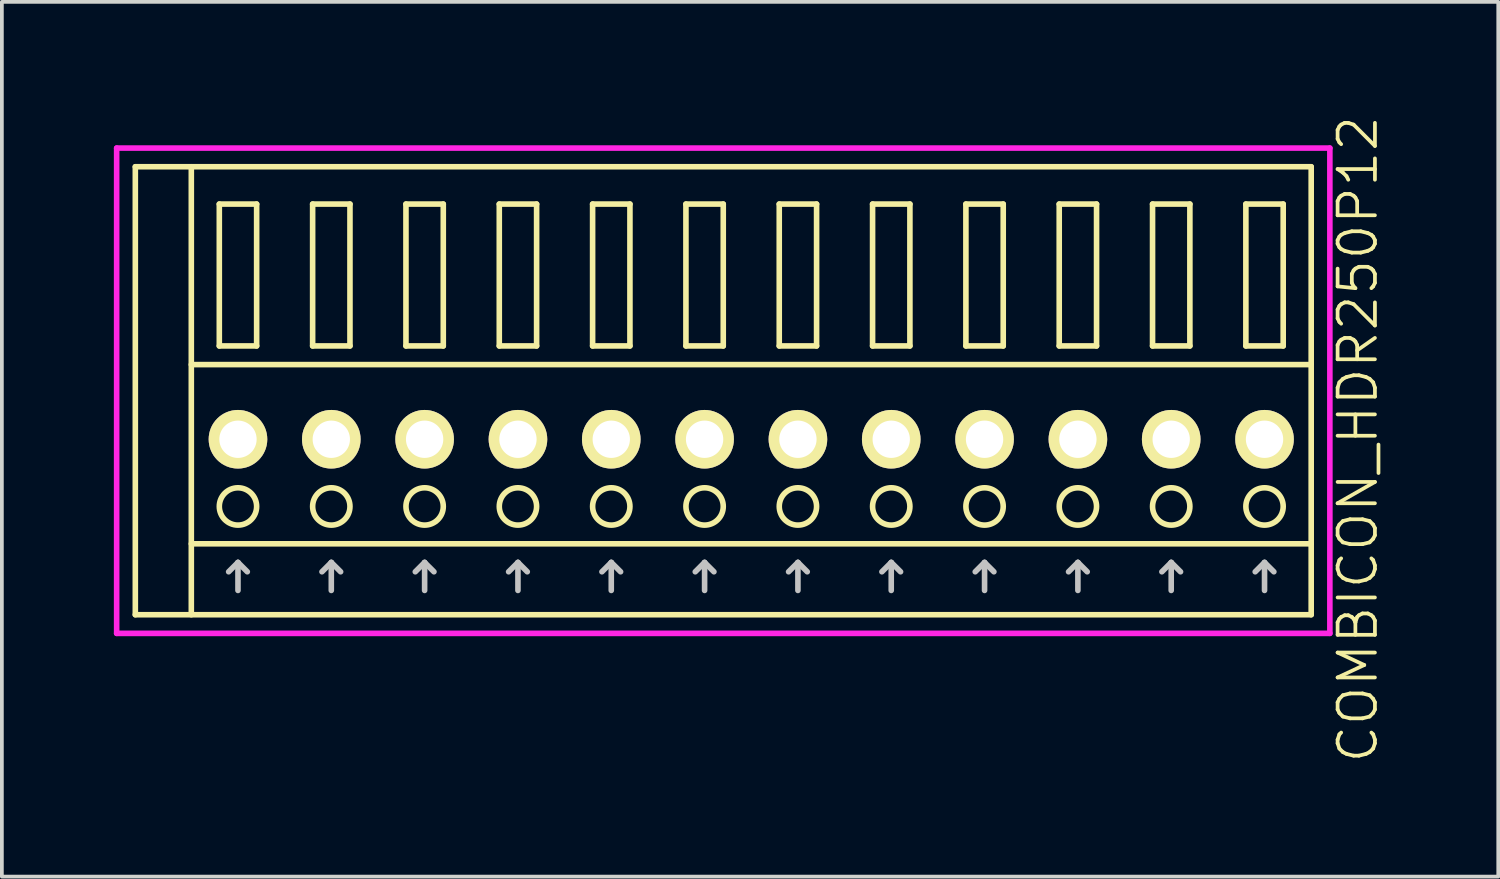
<source format=kicad_pcb>
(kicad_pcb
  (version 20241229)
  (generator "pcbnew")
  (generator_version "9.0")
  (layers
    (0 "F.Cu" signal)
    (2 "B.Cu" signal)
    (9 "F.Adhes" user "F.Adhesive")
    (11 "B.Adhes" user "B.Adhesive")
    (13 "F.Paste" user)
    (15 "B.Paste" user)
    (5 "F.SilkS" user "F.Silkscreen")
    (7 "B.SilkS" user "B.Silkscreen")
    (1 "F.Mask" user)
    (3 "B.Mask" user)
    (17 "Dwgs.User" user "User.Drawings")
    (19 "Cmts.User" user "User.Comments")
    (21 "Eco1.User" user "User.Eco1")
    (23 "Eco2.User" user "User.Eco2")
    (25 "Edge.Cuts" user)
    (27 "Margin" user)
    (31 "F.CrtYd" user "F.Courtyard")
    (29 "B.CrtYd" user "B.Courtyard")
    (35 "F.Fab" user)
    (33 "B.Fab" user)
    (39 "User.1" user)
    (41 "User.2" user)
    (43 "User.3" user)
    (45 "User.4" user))
  (footprint "COMBICON_HDR250P12"
    (layer "F.Cu")
    (at 17.075 8.717)
    (property "Reference" "COMBICON_HDR250P12" (at 16.25 0 90) (layer "F.SilkS") (effects (font (size 1 1) (thickness 0.1))))
    (attr through_hole)
    (fp_line (start -16.5 -7.3) (end -16.5 4.7) (stroke (width 0.15) (type solid)) (layer "F.SilkS"))
    (fp_line (start -16.5 4.7) (end 15 4.7) (stroke (width 0.15) (type solid)) (layer "F.SilkS"))
    (fp_line (start -15 -2) (end 15 -2) (stroke (width 0.15) (type solid)) (layer "F.SilkS"))
    (fp_line (start -15 2.8) (end 15 2.8) (stroke (width 0.15) (type solid)) (layer "F.SilkS"))
    (fp_line (start -15 4.7) (end -15 -7.3) (stroke (width 0.15) (type solid)) (layer "F.SilkS"))
    (fp_line (start -14.25 -6.3) (end -14.25 -2.5) (stroke (width 0.15) (type solid)) (layer "F.SilkS"))
    (fp_line (start -14.25 -2.5) (end -13.25 -2.5) (stroke (width 0.15) (type solid)) (layer "F.SilkS"))
    (fp_line (start -13.25 -6.3) (end -14.25 -6.3) (stroke (width 0.15) (type solid)) (layer "F.SilkS"))
    (fp_line (start -13.25 -2.5) (end -13.25 -6.3) (stroke (width 0.15) (type solid)) (layer "F.SilkS"))
    (fp_line (start -11.75 -6.3) (end -11.75 -2.5) (stroke (width 0.15) (type solid)) (layer "F.SilkS"))
    (fp_line (start -11.75 -2.5) (end -10.75 -2.5) (stroke (width 0.15) (type solid)) (layer "F.SilkS"))
    (fp_line (start -10.75 -6.3) (end -11.75 -6.3) (stroke (width 0.15) (type solid)) (layer "F.SilkS"))
    (fp_line (start -10.75 -2.5) (end -10.75 -6.3) (stroke (width 0.15) (type solid)) (layer "F.SilkS"))
    (fp_line (start -9.25 -6.3) (end -9.25 -2.5) (stroke (width 0.15) (type solid)) (layer "F.SilkS"))
    (fp_line (start -9.25 -2.5) (end -8.25 -2.5) (stroke (width 0.15) (type solid)) (layer "F.SilkS"))
    (fp_line (start -8.25 -6.3) (end -9.25 -6.3) (stroke (width 0.15) (type solid)) (layer "F.SilkS"))
    (fp_line (start -8.25 -2.5) (end -8.25 -6.3) (stroke (width 0.15) (type solid)) (layer "F.SilkS"))
    (fp_line (start -6.75 -6.3) (end -6.75 -2.5) (stroke (width 0.15) (type solid)) (layer "F.SilkS"))
    (fp_line (start -6.75 -2.5) (end -5.75 -2.5) (stroke (width 0.15) (type solid)) (layer "F.SilkS"))
    (fp_line (start -5.75 -6.3) (end -6.75 -6.3) (stroke (width 0.15) (type solid)) (layer "F.SilkS"))
    (fp_line (start -5.75 -2.5) (end -5.75 -6.3) (stroke (width 0.15) (type solid)) (layer "F.SilkS"))
    (fp_line (start -4.25 -6.3) (end -4.25 -2.5) (stroke (width 0.15) (type solid)) (layer "F.SilkS"))
    (fp_line (start -4.25 -2.5) (end -3.25 -2.5) (stroke (width 0.15) (type solid)) (layer "F.SilkS"))
    (fp_line (start -3.25 -6.3) (end -4.25 -6.3) (stroke (width 0.15) (type solid)) (layer "F.SilkS"))
    (fp_line (start -3.25 -2.5) (end -3.25 -6.3) (stroke (width 0.15) (type solid)) (layer "F.SilkS"))
    (fp_line (start -1.75 -6.3) (end -1.75 -2.5) (stroke (width 0.15) (type solid)) (layer "F.SilkS"))
    (fp_line (start -1.75 -2.5) (end -0.75 -2.5) (stroke (width 0.15) (type solid)) (layer "F.SilkS"))
    (fp_line (start -0.75 -6.3) (end -1.75 -6.3) (stroke (width 0.15) (type solid)) (layer "F.SilkS"))
    (fp_line (start -0.75 -2.5) (end -0.75 -6.3) (stroke (width 0.15) (type solid)) (layer "F.SilkS"))
    (fp_line (start 0.75 -6.3) (end 0.75 -2.5) (stroke (width 0.15) (type solid)) (layer "F.SilkS"))
    (fp_line (start 0.75 -2.5) (end 1.75 -2.5) (stroke (width 0.15) (type solid)) (layer "F.SilkS"))
    (fp_line (start 1.75 -6.3) (end 0.75 -6.3) (stroke (width 0.15) (type solid)) (layer "F.SilkS"))
    (fp_line (start 1.75 -2.5) (end 1.75 -6.3) (stroke (width 0.15) (type solid)) (layer "F.SilkS"))
    (fp_line (start 3.25 -6.3) (end 3.25 -2.5) (stroke (width 0.15) (type solid)) (layer "F.SilkS"))
    (fp_line (start 3.25 -2.5) (end 4.25 -2.5) (stroke (width 0.15) (type solid)) (layer "F.SilkS"))
    (fp_line (start 4.25 -6.3) (end 3.25 -6.3) (stroke (width 0.15) (type solid)) (layer "F.SilkS"))
    (fp_line (start 4.25 -2.5) (end 4.25 -6.3) (stroke (width 0.15) (type solid)) (layer "F.SilkS"))
    (fp_line (start 5.75 -6.3) (end 5.75 -2.5) (stroke (width 0.15) (type solid)) (layer "F.SilkS"))
    (fp_line (start 5.75 -2.5) (end 6.75 -2.5) (stroke (width 0.15) (type solid)) (layer "F.SilkS"))
    (fp_line (start 6.75 -6.3) (end 5.75 -6.3) (stroke (width 0.15) (type solid)) (layer "F.SilkS"))
    (fp_line (start 6.75 -2.5) (end 6.75 -6.3) (stroke (width 0.15) (type solid)) (layer "F.SilkS"))
    (fp_line (start 8.25 -6.3) (end 8.25 -2.5) (stroke (width 0.15) (type solid)) (layer "F.SilkS"))
    (fp_line (start 8.25 -2.5) (end 9.25 -2.5) (stroke (width 0.15) (type solid)) (layer "F.SilkS"))
    (fp_line (start 9.25 -6.3) (end 8.25 -6.3) (stroke (width 0.15) (type solid)) (layer "F.SilkS"))
    (fp_line (start 9.25 -2.5) (end 9.25 -6.3) (stroke (width 0.15) (type solid)) (layer "F.SilkS"))
    (fp_line (start 10.75 -6.3) (end 10.75 -2.5) (stroke (width 0.15) (type solid)) (layer "F.SilkS"))
    (fp_line (start 10.75 -2.5) (end 11.75 -2.5) (stroke (width 0.15) (type solid)) (layer "F.SilkS"))
    (fp_line (start 11.75 -6.3) (end 10.75 -6.3) (stroke (width 0.15) (type solid)) (layer "F.SilkS"))
    (fp_line (start 11.75 -2.5) (end 11.75 -6.3) (stroke (width 0.15) (type solid)) (layer "F.SilkS"))
    (fp_line (start 13.25 -6.3) (end 13.25 -2.5) (stroke (width 0.15) (type solid)) (layer "F.SilkS"))
    (fp_line (start 13.25 -2.5) (end 14.25 -2.5) (stroke (width 0.15) (type solid)) (layer "F.SilkS"))
    (fp_line (start 14.25 -6.3) (end 13.25 -6.3) (stroke (width 0.15) (type solid)) (layer "F.SilkS"))
    (fp_line (start 14.25 -2.5) (end 14.25 -6.3) (stroke (width 0.15) (type solid)) (layer "F.SilkS"))
    (fp_line (start 15 -7.3) (end -16.5 -7.3) (stroke (width 0.15) (type solid)) (layer "F.SilkS"))
    (fp_line (start 15 4.7) (end 15 -7.3) (stroke (width 0.15) (type solid)) (layer "F.SilkS"))
    (fp_circle (center -13.75 1.8) (end -13.25 1.8) (stroke (width 0.15) (type solid)) (fill no) (layer "F.SilkS"))
    (fp_circle (center -11.25 1.8) (end -10.75 1.8) (stroke (width 0.15) (type solid)) (fill no) (layer "F.SilkS"))
    (fp_circle (center -8.75 1.8) (end -8.25 1.8) (stroke (width 0.15) (type solid)) (fill no) (layer "F.SilkS"))
    (fp_circle (center -6.25 1.8) (end -5.75 1.8) (stroke (width 0.15) (type solid)) (fill no) (layer "F.SilkS"))
    (fp_circle (center -3.75 1.8) (end -3.25 1.8) (stroke (width 0.15) (type solid)) (fill no) (layer "F.SilkS"))
    (fp_circle (center -1.25 1.8) (end -0.75 1.8) (stroke (width 0.15) (type solid)) (fill no) (layer "F.SilkS"))
    (fp_circle (center 1.25 1.8) (end 1.75 1.8) (stroke (width 0.15) (type solid)) (fill no) (layer "F.SilkS"))
    (fp_circle (center 3.75 1.8) (end 4.25 1.8) (stroke (width 0.15) (type solid)) (fill no) (layer "F.SilkS"))
    (fp_circle (center 6.25 1.8) (end 6.75 1.8) (stroke (width 0.15) (type solid)) (fill no) (layer "F.SilkS"))
    (fp_circle (center 8.75 1.8) (end 9.25 1.8) (stroke (width 0.15) (type solid)) (fill no) (layer "F.SilkS"))
    (fp_circle (center 11.25 1.8) (end 11.75 1.8) (stroke (width 0.15) (type solid)) (fill no) (layer "F.SilkS"))
    (fp_circle (center 13.75 1.8) (end 14.25 1.8) (stroke (width 0.15) (type solid)) (fill no) (layer "F.SilkS"))
    (fp_line (start -14 3.55) (end -13.75 3.3) (stroke (width 0.15) (type solid)) (layer "Dwgs.User"))
    (fp_line (start -13.75 4.05) (end -13.75 3.3) (stroke (width 0.15) (type solid)) (layer "Dwgs.User"))
    (fp_line (start -13.5 3.55) (end -13.75 3.3) (stroke (width 0.15) (type solid)) (layer "Dwgs.User"))
    (fp_line (start -11.5 3.55) (end -11.25 3.3) (stroke (width 0.15) (type solid)) (layer "Dwgs.User"))
    (fp_line (start -11.25 4.05) (end -11.25 3.3) (stroke (width 0.15) (type solid)) (layer "Dwgs.User"))
    (fp_line (start -11 3.55) (end -11.25 3.3) (stroke (width 0.15) (type solid)) (layer "Dwgs.User"))
    (fp_line (start -9 3.55) (end -8.75 3.3) (stroke (width 0.15) (type solid)) (layer "Dwgs.User"))
    (fp_line (start -8.75 4.05) (end -8.75 3.3) (stroke (width 0.15) (type solid)) (layer "Dwgs.User"))
    (fp_line (start -8.5 3.55) (end -8.75 3.3) (stroke (width 0.15) (type solid)) (layer "Dwgs.User"))
    (fp_line (start -6.5 3.55) (end -6.25 3.3) (stroke (width 0.15) (type solid)) (layer "Dwgs.User"))
    (fp_line (start -6.25 4.05) (end -6.25 3.3) (stroke (width 0.15) (type solid)) (layer "Dwgs.User"))
    (fp_line (start -6 3.55) (end -6.25 3.3) (stroke (width 0.15) (type solid)) (layer "Dwgs.User"))
    (fp_line (start -4 3.55) (end -3.75 3.3) (stroke (width 0.15) (type solid)) (layer "Dwgs.User"))
    (fp_line (start -3.75 4.05) (end -3.75 3.3) (stroke (width 0.15) (type solid)) (layer "Dwgs.User"))
    (fp_line (start -3.5 3.55) (end -3.75 3.3) (stroke (width 0.15) (type solid)) (layer "Dwgs.User"))
    (fp_line (start -1.5 3.55) (end -1.25 3.3) (stroke (width 0.15) (type solid)) (layer "Dwgs.User"))
    (fp_line (start -1.25 4.05) (end -1.25 3.3) (stroke (width 0.15) (type solid)) (layer "Dwgs.User"))
    (fp_line (start -1 3.55) (end -1.25 3.3) (stroke (width 0.15) (type solid)) (layer "Dwgs.User"))
    (fp_line (start 1 3.55) (end 1.25 3.3) (stroke (width 0.15) (type solid)) (layer "Dwgs.User"))
    (fp_line (start 1.25 4.05) (end 1.25 3.3) (stroke (width 0.15) (type solid)) (layer "Dwgs.User"))
    (fp_line (start 1.5 3.55) (end 1.25 3.3) (stroke (width 0.15) (type solid)) (layer "Dwgs.User"))
    (fp_line (start 3.5 3.55) (end 3.75 3.3) (stroke (width 0.15) (type solid)) (layer "Dwgs.User"))
    (fp_line (start 3.75 4.05) (end 3.75 3.3) (stroke (width 0.15) (type solid)) (layer "Dwgs.User"))
    (fp_line (start 4 3.55) (end 3.75 3.3) (stroke (width 0.15) (type solid)) (layer "Dwgs.User"))
    (fp_line (start 6 3.55) (end 6.25 3.3) (stroke (width 0.15) (type solid)) (layer "Dwgs.User"))
    (fp_line (start 6.25 4.05) (end 6.25 3.3) (stroke (width 0.15) (type solid)) (layer "Dwgs.User"))
    (fp_line (start 6.5 3.55) (end 6.25 3.3) (stroke (width 0.15) (type solid)) (layer "Dwgs.User"))
    (fp_line (start 8.5 3.55) (end 8.75 3.3) (stroke (width 0.15) (type solid)) (layer "Dwgs.User"))
    (fp_line (start 8.75 4.05) (end 8.75 3.3) (stroke (width 0.15) (type solid)) (layer "Dwgs.User"))
    (fp_line (start 9 3.55) (end 8.75 3.3) (stroke (width 0.15) (type solid)) (layer "Dwgs.User"))
    (fp_line (start 11 3.55) (end 11.25 3.3) (stroke (width 0.15) (type solid)) (layer "Dwgs.User"))
    (fp_line (start 11.25 4.05) (end 11.25 3.3) (stroke (width 0.15) (type solid)) (layer "Dwgs.User"))
    (fp_line (start 11.5 3.55) (end 11.25 3.3) (stroke (width 0.15) (type solid)) (layer "Dwgs.User"))
    (fp_line (start 13.5 3.55) (end 13.75 3.3) (stroke (width 0.15) (type solid)) (layer "Dwgs.User"))
    (fp_line (start 13.75 4.05) (end 13.75 3.3) (stroke (width 0.15) (type solid)) (layer "Dwgs.User"))
    (fp_line (start 14 3.55) (end 13.75 3.3) (stroke (width 0.15) (type solid)) (layer "Dwgs.User"))
    (fp_line (start -17 -7.8) (end -17 5.2) (stroke (width 0.15) (type solid)) (layer "F.CrtYd"))
    (fp_line (start -17 5.2) (end 15.5 5.2) (stroke (width 0.15) (type solid)) (layer "F.CrtYd"))
    (fp_line (start 15.5 -7.8) (end -17 -7.8) (stroke (width 0.15) (type solid)) (layer "F.CrtYd"))
    (fp_line (start 15.5 5.2) (end 15.5 -7.8) (stroke (width 0.15) (type solid)) (layer "F.CrtYd"))
    (pad "1" thru_hole oval (at -13.75 0) (size 1.57 1.57) (drill 1) (layers "*.Cu" "*.Mask" "F.SilkS"))
    (pad "2" thru_hole oval (at -11.25 0) (size 1.57 1.57) (drill 1) (layers "*.Cu" "*.Mask" "F.SilkS"))
    (pad "3" thru_hole oval (at -8.75 0) (size 1.57 1.57) (drill 1) (layers "*.Cu" "*.Mask" "F.SilkS"))
    (pad "4" thru_hole oval (at -6.25 0) (size 1.57 1.57) (drill 1) (layers "*.Cu" "*.Mask" "F.SilkS"))
    (pad "5" thru_hole oval (at -3.75 0) (size 1.57 1.57) (drill 1) (layers "*.Cu" "*.Mask" "F.SilkS"))
    (pad "6" thru_hole oval (at -1.25 0) (size 1.57 1.57) (drill 1) (layers "*.Cu" "*.Mask" "F.SilkS"))
    (pad "7" thru_hole oval (at 1.25 0) (size 1.57 1.57) (drill 1) (layers "*.Cu" "*.Mask" "F.SilkS"))
    (pad "8" thru_hole oval (at 3.75 0) (size 1.57 1.57) (drill 1) (layers "*.Cu" "*.Mask" "F.SilkS"))
    (pad "9" thru_hole oval (at 6.25 0) (size 1.57 1.57) (drill 1) (layers "*.Cu" "*.Mask" "F.SilkS"))
    (pad "10" thru_hole oval (at 8.75 0) (size 1.57 1.57) (drill 1) (layers "*.Cu" "*.Mask" "F.SilkS"))
    (pad "11" thru_hole oval (at 11.25 0) (size 1.57 1.57) (drill 1) (layers "*.Cu" "*.Mask" "F.SilkS"))
    (pad "12" thru_hole oval (at 13.75 0) (size 1.57 1.57) (drill 1) (layers "*.Cu" "*.Mask" "F.SilkS")))
  (gr_rect
    (start -3 -3)
    (end 37.086 20.433)
    (stroke (width 0.1) (type default))
    (fill no)
    (layer "Edge.Cuts")))
</source>
